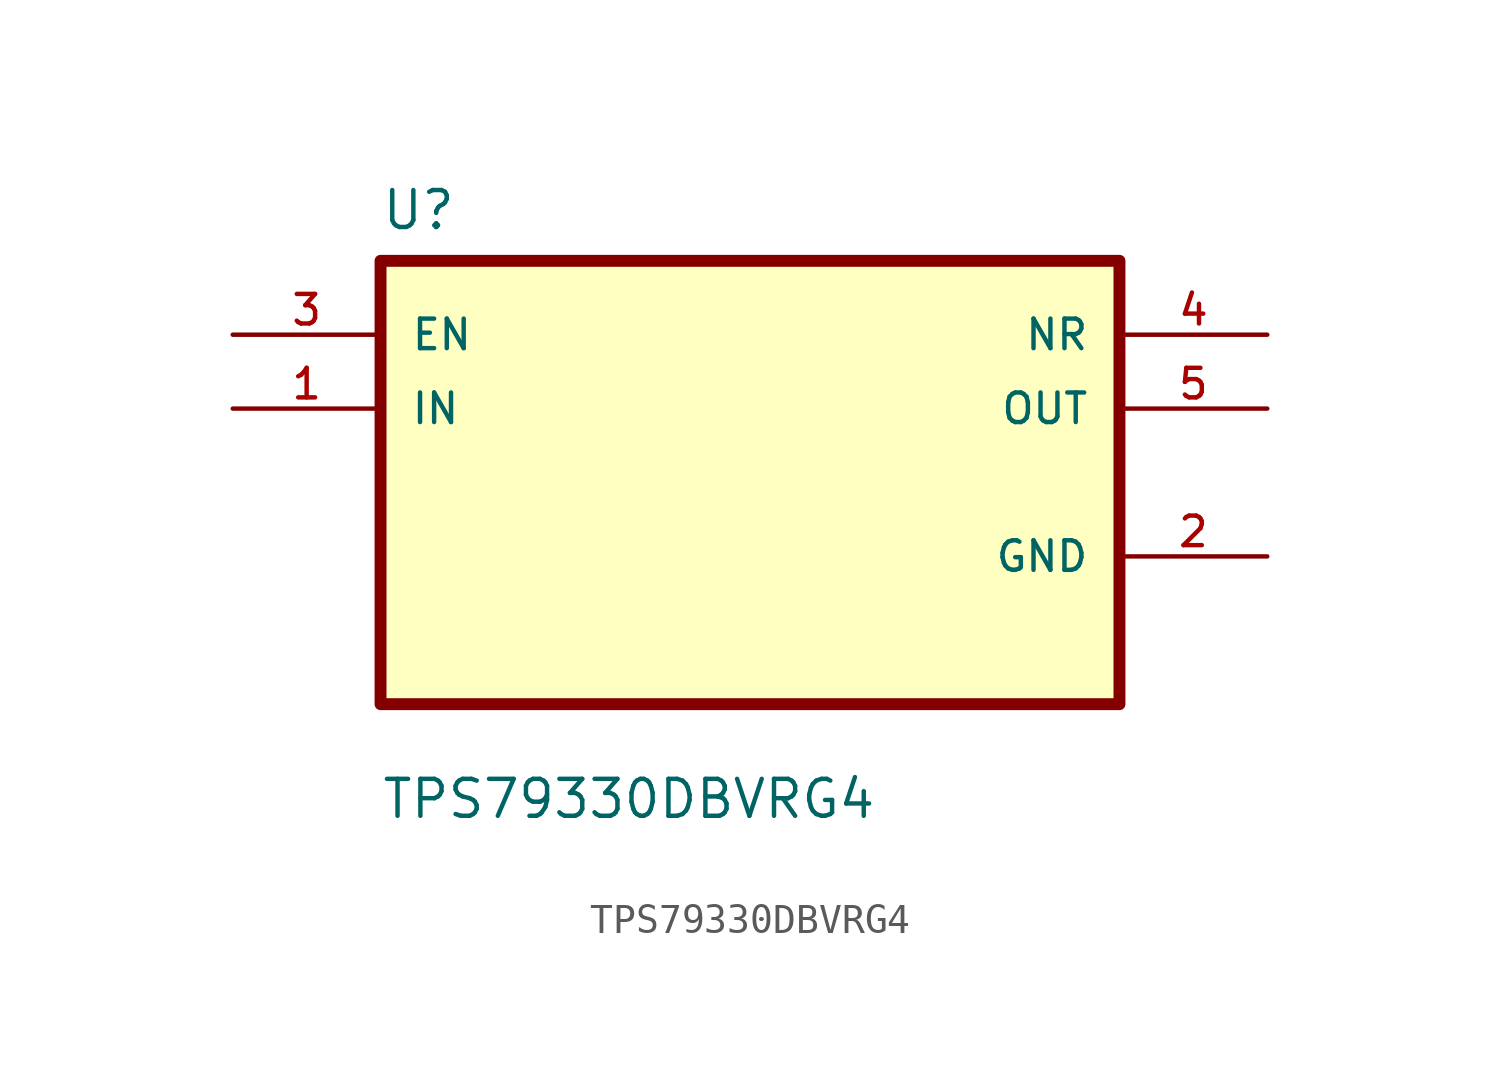
<source format=kicad_sym>
(kicad_symbol_lib
  (version 20211014)
  (generator kicad_symbol_editor)
  (symbol "TPS79330DBVRG4"
    (pin_names
      (offset 1.016))
    (property "Reference" "U"
      (at -12.7 8.62 0.0)
      (effects (font (size 1.27 1.27)) (justify bottom left)))
    (property "Value" "TPS79330DBVRG4"
      (at -12.7 -11.62 0.0)
      (effects (font (size 1.27 1.27)) (justify bottom left)))
    (symbol "TPS79330DBVRG4_0_0"
      (rectangle (start -12.7 -7.62) (end 12.7 7.62) (stroke (width 0.41)) (fill (type background)))
      (pin input line (at -17.78 5.08 0) (length 5.08) (name "EN" (effects (font (size 1.016 1.016)))) (number "3" (effects (font (size 1.016 1.016)))))
      (pin input line (at -17.78 2.54 0) (length 5.08) (name "IN" (effects (font (size 1.016 1.016)))) (number "1" (effects (font (size 1.016 1.016)))))
      (pin output line (at 17.78 5.08 180.0) (length 5.08) (name "NR" (effects (font (size 1.016 1.016)))) (number "4" (effects (font (size 1.016 1.016)))))
      (pin output line (at 17.78 2.54 180.0) (length 5.08) (name "OUT" (effects (font (size 1.016 1.016)))) (number "5" (effects (font (size 1.016 1.016)))))
      (pin power_in line (at 17.78 -2.54 180.0) (length 5.08) (name "GND" (effects (font (size 1.016 1.016)))) (number "2" (effects (font (size 1.016 1.016))))))))
</source>
